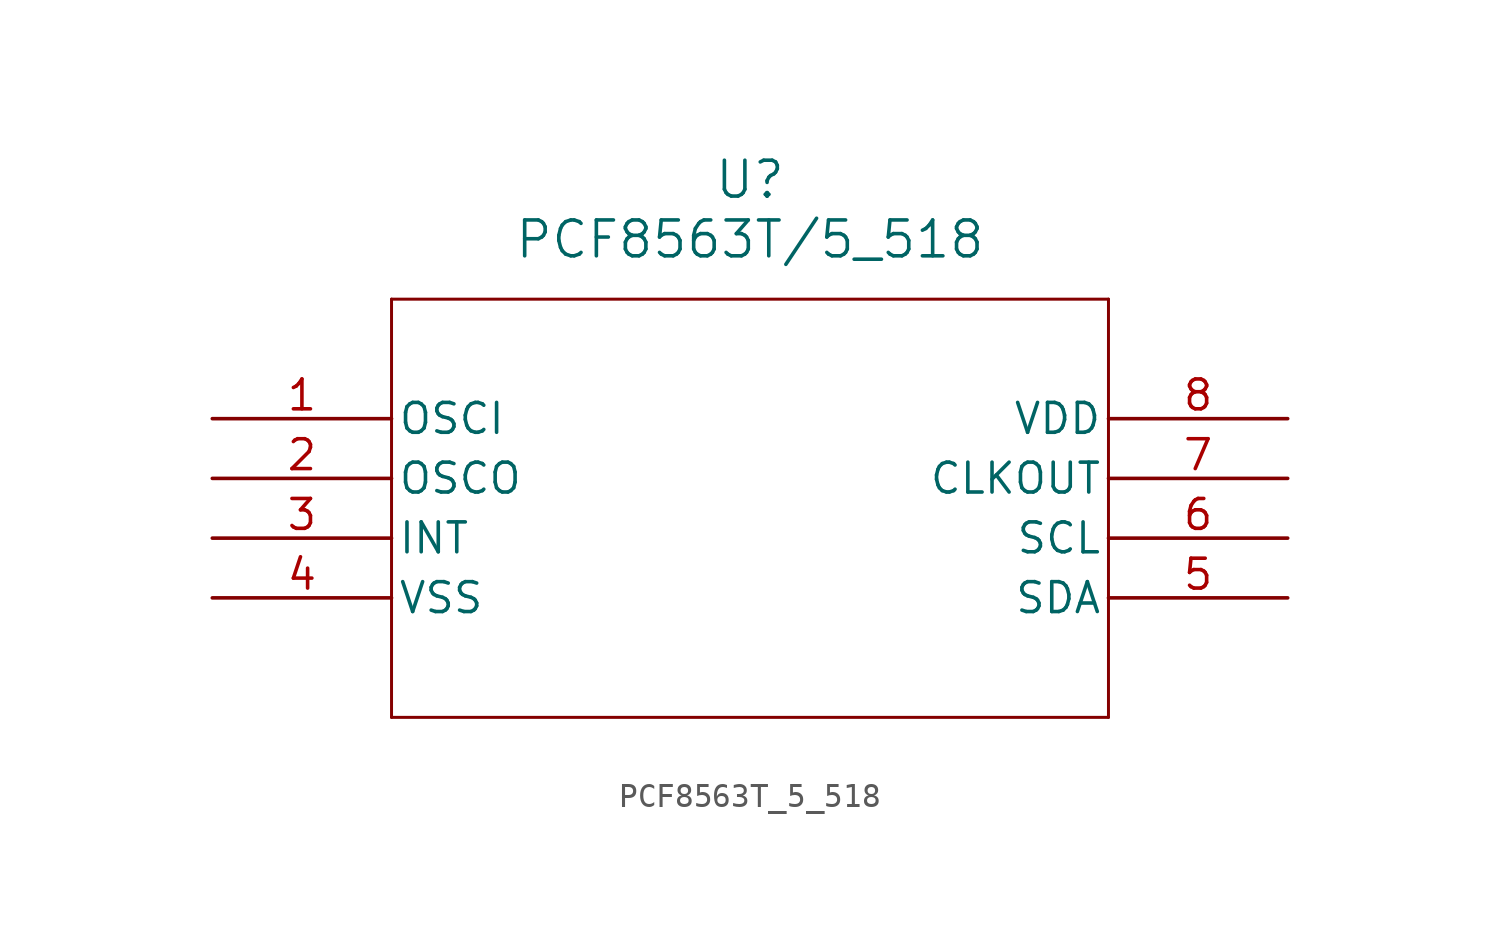
<source format=kicad_sym>
(kicad_symbol_lib
  (version 20211014)
  (generator kicad_symbol_editor)
  (symbol "PCF8563T_5_518"
    (pin_names
      (offset 0.254))
    (property "Reference" "U"
      (at 22.86 10.16 0)
      (effects (font (size 1.524 1.524))))
    (property "Value" "PCF8563T/5_518"
      (at 22.86 7.62 0)
      (effects (font (size 1.524 1.524))))
    (symbol "PCF8563T_5_518_0_1"
      (polyline (pts (xy 7.62 5.08) (xy 7.62 -12.7)) (stroke (width 0.127) (type default) (color 0 0 0 0)) (fill (type none)))
      (polyline (pts (xy 7.62 -12.7) (xy 38.1 -12.7)) (stroke (width 0.127) (type default) (color 0 0 0 0)) (fill (type none)))
      (polyline (pts (xy 38.1 -12.7) (xy 38.1 5.08)) (stroke (width 0.127) (type default) (color 0 0 0 0)) (fill (type none)))
      (polyline (pts (xy 38.1 5.08) (xy 7.62 5.08)) (stroke (width 0.127) (type default) (color 0 0 0 0)) (fill (type none)))
      (pin input line (at 0 0 0) (length 7.62) (name "OSCI" (effects (font (size 1.27 1.27)))) (number "1" (effects (font (size 1.27 1.27)))))
      (pin output line (at 0 -2.54 0) (length 7.62) (name "OSCO" (effects (font (size 1.27 1.27)))) (number "2" (effects (font (size 1.27 1.27)))))
      (pin output line (at 0 -5.08 0) (length 7.62) (name "INT" (effects (font (size 1.27 1.27)))) (number "3" (effects (font (size 1.27 1.27)))))
      (pin power_out line (at 0 -7.62 0) (length 7.62) (name "VSS" (effects (font (size 1.27 1.27)))) (number "4" (effects (font (size 1.27 1.27)))))
      (pin bidirectional line (at 45.72 -7.62 180) (length 7.62) (name "SDA" (effects (font (size 1.27 1.27)))) (number "5" (effects (font (size 1.27 1.27)))))
      (pin input line (at 45.72 -5.08 180) (length 7.62) (name "SCL" (effects (font (size 1.27 1.27)))) (number "6" (effects (font (size 1.27 1.27)))))
      (pin output line (at 45.72 -2.54 180) (length 7.62) (name "CLKOUT" (effects (font (size 1.27 1.27)))) (number "7" (effects (font (size 1.27 1.27)))))
      (pin power_in line (at 45.72 0 180) (length 7.62) (name "VDD" (effects (font (size 1.27 1.27)))) (number "8" (effects (font (size 1.27 1.27))))))))
</source>
